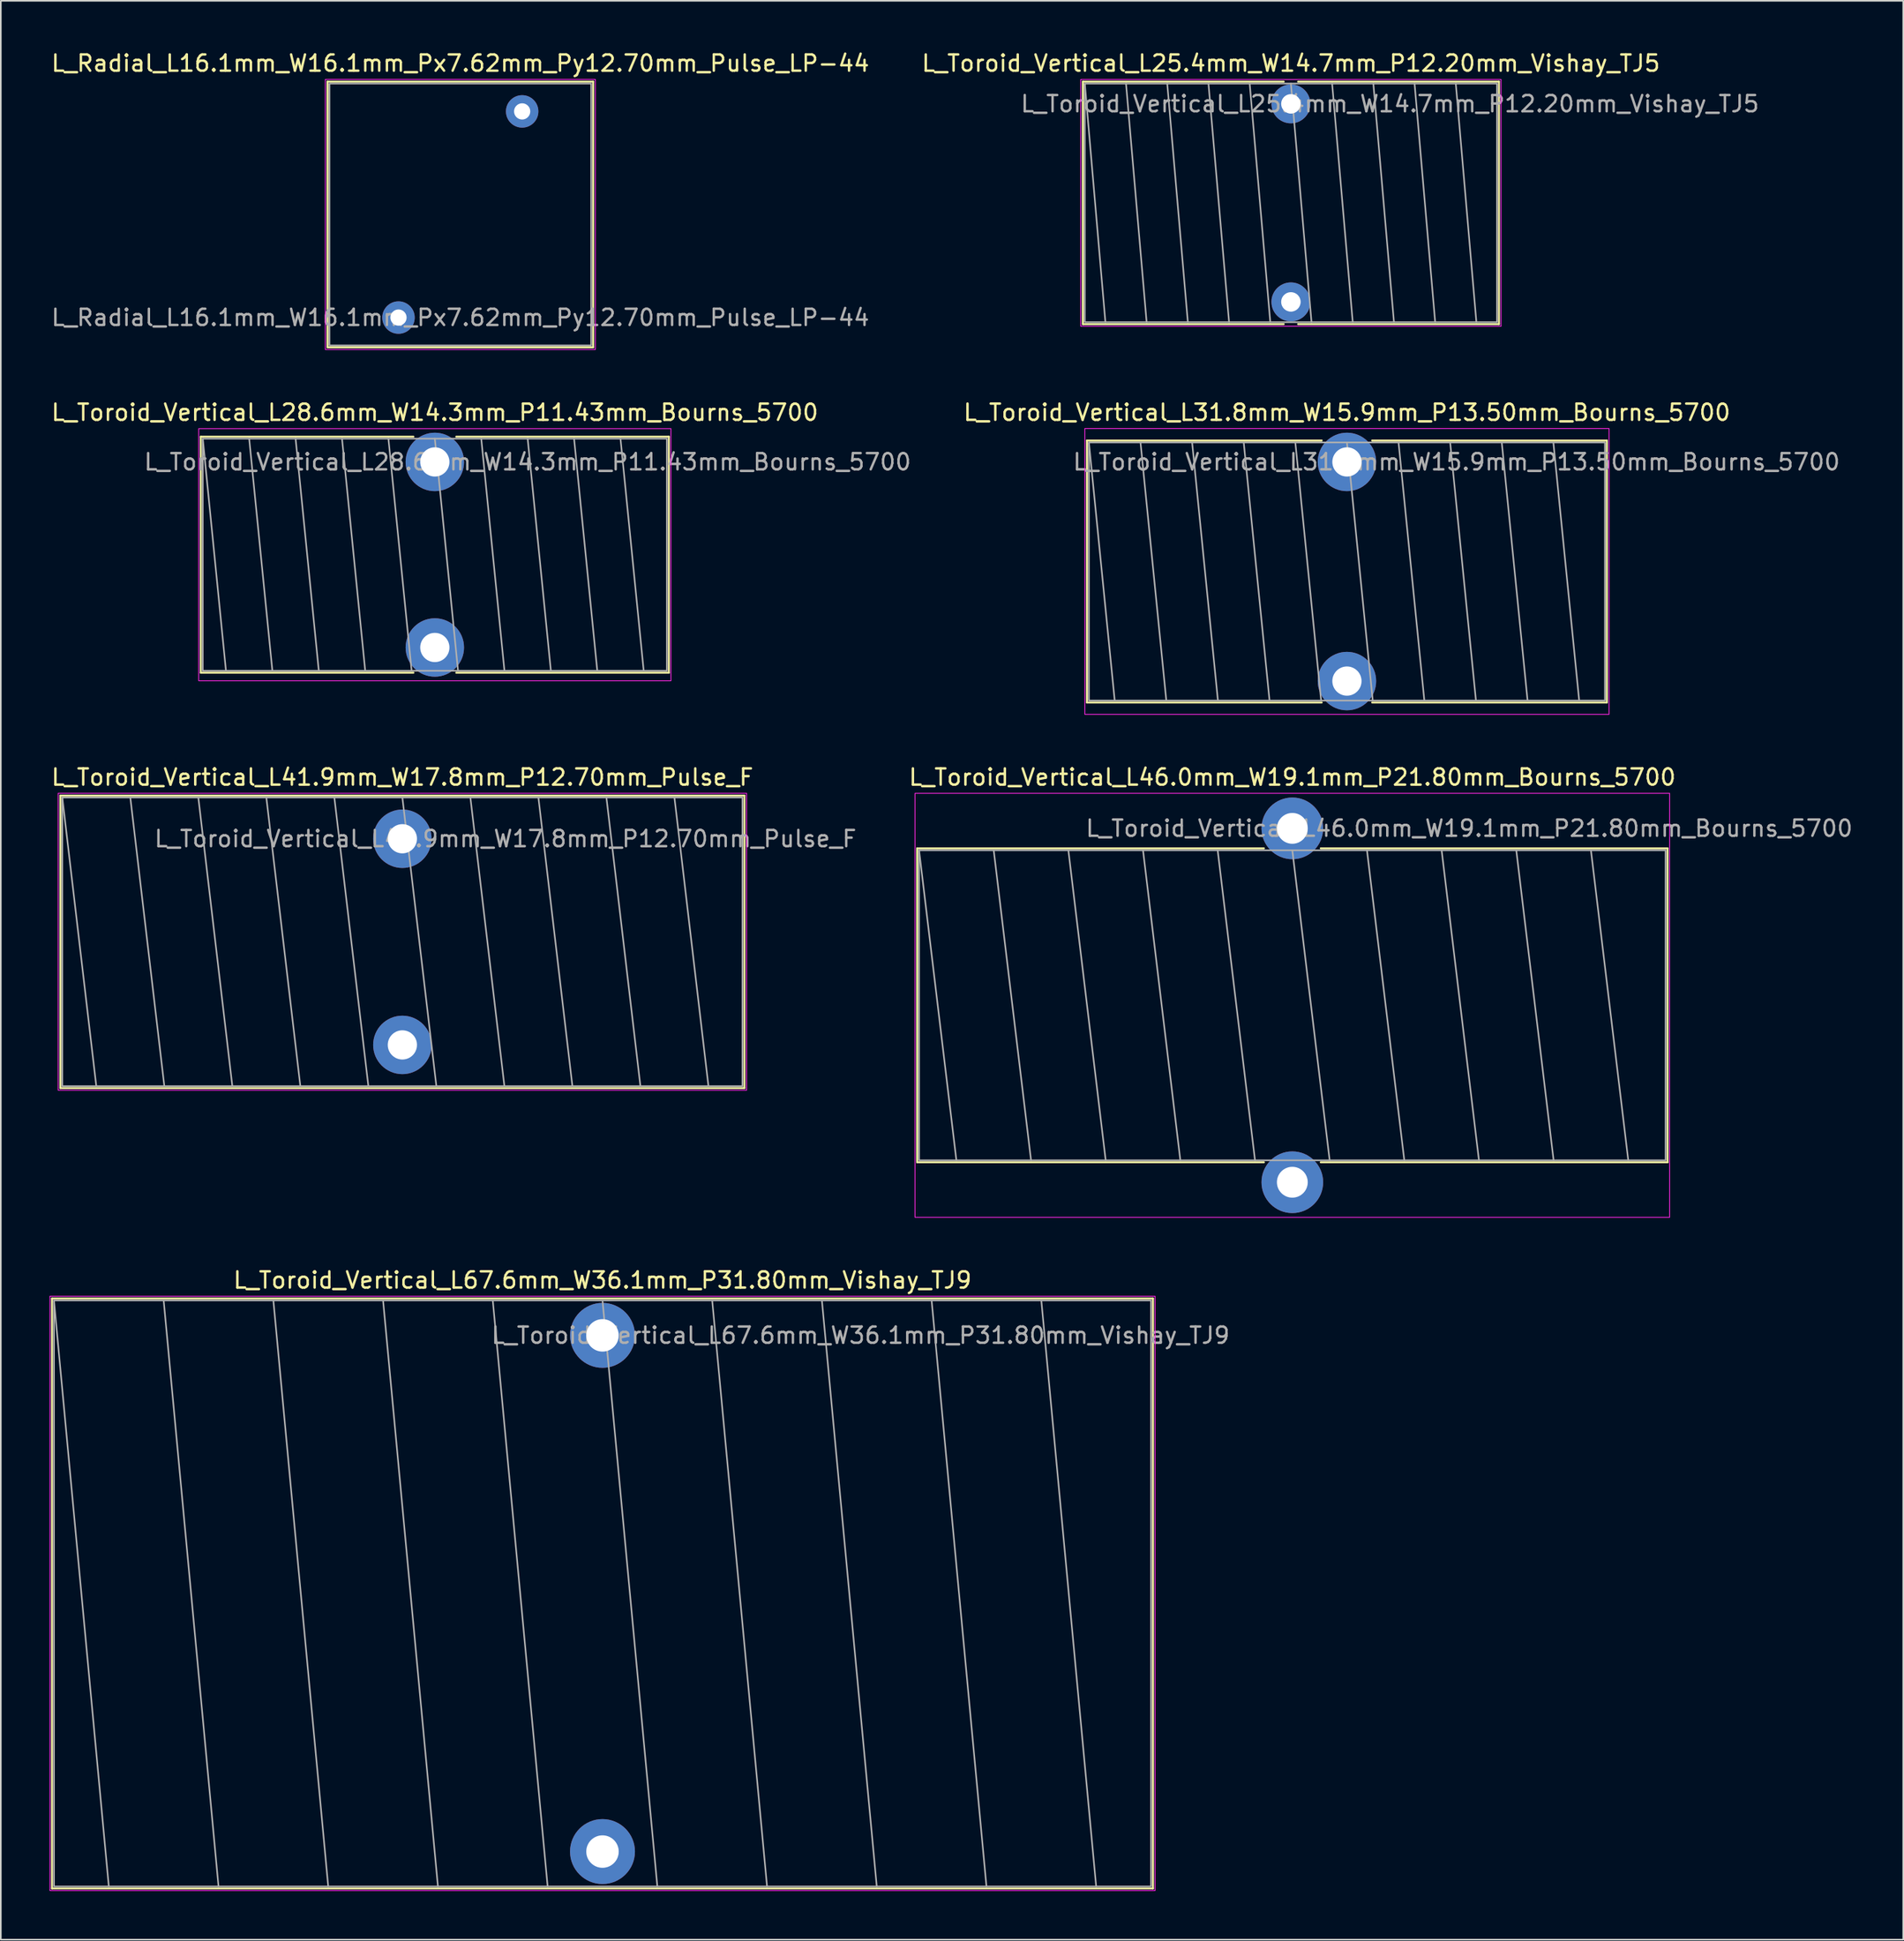
<source format=kicad_pcb>
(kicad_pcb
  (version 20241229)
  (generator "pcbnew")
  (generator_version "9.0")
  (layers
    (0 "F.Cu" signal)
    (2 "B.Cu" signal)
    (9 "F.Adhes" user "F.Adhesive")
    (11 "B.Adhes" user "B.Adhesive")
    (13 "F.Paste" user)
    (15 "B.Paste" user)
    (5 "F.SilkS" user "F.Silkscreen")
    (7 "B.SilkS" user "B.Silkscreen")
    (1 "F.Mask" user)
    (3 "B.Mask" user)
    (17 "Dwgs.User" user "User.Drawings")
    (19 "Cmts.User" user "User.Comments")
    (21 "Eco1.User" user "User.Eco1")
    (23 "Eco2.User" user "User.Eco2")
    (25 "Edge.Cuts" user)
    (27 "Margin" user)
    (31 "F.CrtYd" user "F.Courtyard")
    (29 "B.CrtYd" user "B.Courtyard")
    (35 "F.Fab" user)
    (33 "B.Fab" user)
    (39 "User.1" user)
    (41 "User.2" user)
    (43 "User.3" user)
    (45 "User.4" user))
  (footprint "L_Toroid_Vertical_L28.6mm_W14.3mm_P11.43mm_Bourns_5700"
    (layer "F.Cu")
    (at 23.744 25.407)
    (property "Reference" "L_Toroid_Vertical_L28.6mm_W14.3mm_P11.43mm_Bourns_5700" (at 0 -3.05 0) (layer "F.SilkS") (effects (font (size 1 1) (thickness 0.15))))
    (attr through_hole)
    (fp_line (start -14.42 -1.555) (end -14.42 12.985) (stroke (width 0.12) (type solid)) (layer "F.SilkS"))
    (fp_line (start -14.42 -1.555) (end -1.32 -1.555) (stroke (width 0.12) (type solid)) (layer "F.SilkS"))
    (fp_line (start -14.42 12.985) (end -1.32 12.985) (stroke (width 0.12) (type solid)) (layer "F.SilkS"))
    (fp_line (start 1.32 -1.555) (end 14.42 -1.555) (stroke (width 0.12) (type solid)) (layer "F.SilkS"))
    (fp_line (start 1.32 12.985) (end 14.42 12.985) (stroke (width 0.12) (type solid)) (layer "F.SilkS"))
    (fp_line (start 14.42 -1.555) (end 14.42 12.985) (stroke (width 0.12) (type solid)) (layer "F.SilkS"))
    (fp_rect (start -14.55 -2.05) (end 14.55 13.48) (stroke (width 0.05) (type solid)) (fill no) (layer "F.CrtYd"))
    (fp_line (start -14.3 -1.435) (end -12.87 12.865) (stroke (width 0.1) (type solid)) (layer "F.Fab"))
    (fp_line (start -11.44 -1.435) (end -10.01 12.865) (stroke (width 0.1) (type solid)) (layer "F.Fab"))
    (fp_line (start -8.58 -1.435) (end -7.15 12.865) (stroke (width 0.1) (type solid)) (layer "F.Fab"))
    (fp_line (start -5.72 -1.435) (end -4.29 12.865) (stroke (width 0.1) (type solid)) (layer "F.Fab"))
    (fp_line (start -2.86 -1.435) (end -1.43 12.865) (stroke (width 0.1) (type solid)) (layer "F.Fab"))
    (fp_line (start 0 -1.435) (end 1.43 12.865) (stroke (width 0.1) (type solid)) (layer "F.Fab"))
    (fp_line (start 2.86 -1.435) (end 4.29 12.865) (stroke (width 0.1) (type solid)) (layer "F.Fab"))
    (fp_line (start 5.72 -1.435) (end 7.15 12.865) (stroke (width 0.1) (type solid)) (layer "F.Fab"))
    (fp_line (start 8.58 -1.435) (end 10.01 12.865) (stroke (width 0.1) (type solid)) (layer "F.Fab"))
    (fp_line (start 11.44 -1.435) (end 12.87 12.865) (stroke (width 0.1) (type solid)) (layer "F.Fab"))
    (fp_rect (start -14.3 -1.435) (end 14.3 12.865) (stroke (width 0.1) (type solid)) (fill no) (layer "F.Fab"))
    (fp_text user "${REFERENCE}" (at 5.715 0 0) (layer "F.Fab") (effects (font (size 1 1) (thickness 0.15))))
    (pad "1" thru_hole circle (at 0 0) (size 3.6 3.6) (drill 1.8) (layers "*.Cu" "*.Mask"))
    (pad "2" thru_hole circle (at 0 11.43) (size 3.6 3.6) (drill 1.8) (layers "*.Cu" "*.Mask")))
  (footprint "L_Toroid_Vertical_L67.6mm_W36.1mm_P31.80mm_Vishay_TJ9"
    (layer "F.Cu")
    (at 34.075 79.213)
    (property "Reference" "L_Toroid_Vertical_L67.6mm_W36.1mm_P31.80mm_Vishay_TJ9" (at 0 -3.4 0) (layer "F.SilkS") (effects (font (size 1 1) (thickness 0.15))))
    (attr through_hole)
    (fp_line (start -33.92 -2.27) (end -33.92 34.07) (stroke (width 0.12) (type solid)) (layer "F.SilkS"))
    (fp_line (start -33.92 -2.27) (end 33.92 -2.27) (stroke (width 0.12) (type solid)) (layer "F.SilkS"))
    (fp_line (start -33.92 34.07) (end 33.92 34.07) (stroke (width 0.12) (type solid)) (layer "F.SilkS"))
    (fp_line (start 33.92 -2.27) (end 33.92 34.07) (stroke (width 0.12) (type solid)) (layer "F.SilkS"))
    (fp_rect (start -34.05 -2.41) (end 34.05 34.2) (stroke (width 0.05) (type solid)) (fill no) (layer "F.CrtYd"))
    (fp_line (start -33.8 -2.15) (end -30.42 33.95) (stroke (width 0.1) (type solid)) (layer "F.Fab"))
    (fp_line (start -27.04 -2.15) (end -23.66 33.95) (stroke (width 0.1) (type solid)) (layer "F.Fab"))
    (fp_line (start -20.28 -2.15) (end -16.9 33.95) (stroke (width 0.1) (type solid)) (layer "F.Fab"))
    (fp_line (start -13.52 -2.15) (end -10.14 33.95) (stroke (width 0.1) (type solid)) (layer "F.Fab"))
    (fp_line (start -6.76 -2.15) (end -3.38 33.95) (stroke (width 0.1) (type solid)) (layer "F.Fab"))
    (fp_line (start 0 -2.15) (end 3.38 33.95) (stroke (width 0.1) (type solid)) (layer "F.Fab"))
    (fp_line (start 6.76 -2.15) (end 10.14 33.95) (stroke (width 0.1) (type solid)) (layer "F.Fab"))
    (fp_line (start 13.52 -2.15) (end 16.9 33.95) (stroke (width 0.1) (type solid)) (layer "F.Fab"))
    (fp_line (start 20.28 -2.15) (end 23.66 33.95) (stroke (width 0.1) (type solid)) (layer "F.Fab"))
    (fp_line (start 27.04 -2.15) (end 30.42 33.95) (stroke (width 0.1) (type solid)) (layer "F.Fab"))
    (fp_rect (start -33.8 -2.15) (end 33.8 33.95) (stroke (width 0.1) (type solid)) (fill no) (layer "F.Fab"))
    (fp_text user "${REFERENCE}" (at 15.9 0 0) (layer "F.Fab") (effects (font (size 1 1) (thickness 0.15))))
    (pad "1" thru_hole circle (at 0 0) (size 4 4) (drill 2) (layers "*.Cu" "*.Mask"))
    (pad "2" thru_hole circle (at 0 31.8) (size 4 4) (drill 2) (layers "*.Cu" "*.Mask")))
  (footprint "L_Toroid_Vertical_L46.0mm_W19.1mm_P21.80mm_Bourns_5700"
    (layer "F.Cu")
    (at 76.582 47.98)
    (property "Reference" "L_Toroid_Vertical_L46.0mm_W19.1mm_P21.80mm_Bourns_5700" (at 0 -3.15 0) (layer "F.SilkS") (effects (font (size 1 1) (thickness 0.15))))
    (attr through_hole)
    (fp_line (start -23.12 1.23) (end -23.12 20.57) (stroke (width 0.12) (type solid)) (layer "F.SilkS"))
    (fp_line (start -23.12 1.23) (end -1.751 1.23) (stroke (width 0.12) (type solid)) (layer "F.SilkS"))
    (fp_line (start -23.12 20.57) (end -1.751 20.57) (stroke (width 0.12) (type solid)) (layer "F.SilkS"))
    (fp_line (start 1.751 1.23) (end 23.12 1.23) (stroke (width 0.12) (type solid)) (layer "F.SilkS"))
    (fp_line (start 1.751 20.57) (end 23.12 20.57) (stroke (width 0.12) (type solid)) (layer "F.SilkS"))
    (fp_line (start 23.12 1.23) (end 23.12 20.57) (stroke (width 0.12) (type solid)) (layer "F.SilkS"))
    (fp_rect (start -23.25 -2.16) (end 23.25 23.96) (stroke (width 0.05) (type solid)) (fill no) (layer "F.CrtYd"))
    (fp_line (start -23 1.35) (end -20.7 20.45) (stroke (width 0.1) (type solid)) (layer "F.Fab"))
    (fp_line (start -18.4 1.35) (end -16.1 20.45) (stroke (width 0.1) (type solid)) (layer "F.Fab"))
    (fp_line (start -13.8 1.35) (end -11.5 20.45) (stroke (width 0.1) (type solid)) (layer "F.Fab"))
    (fp_line (start -9.2 1.35) (end -6.9 20.45) (stroke (width 0.1) (type solid)) (layer "F.Fab"))
    (fp_line (start -4.6 1.35) (end -2.3 20.45) (stroke (width 0.1) (type solid)) (layer "F.Fab"))
    (fp_line (start 0 1.35) (end 2.3 20.45) (stroke (width 0.1) (type solid)) (layer "F.Fab"))
    (fp_line (start 4.6 1.35) (end 6.9 20.45) (stroke (width 0.1) (type solid)) (layer "F.Fab"))
    (fp_line (start 9.2 1.35) (end 11.5 20.45) (stroke (width 0.1) (type solid)) (layer "F.Fab"))
    (fp_line (start 13.8 1.35) (end 16.1 20.45) (stroke (width 0.1) (type solid)) (layer "F.Fab"))
    (fp_line (start 18.4 1.35) (end 20.7 20.45) (stroke (width 0.1) (type solid)) (layer "F.Fab"))
    (fp_rect (start -23 1.35) (end 23 20.45) (stroke (width 0.1) (type solid)) (fill no) (layer "F.Fab"))
    (fp_text user "${REFERENCE}" (at 10.9 0 0) (layer "F.Fab") (effects (font (size 1 1) (thickness 0.15))))
    (pad "1" thru_hole circle (at 0 0) (size 3.8 3.8) (drill 1.9) (layers "*.Cu" "*.Mask"))
    (pad "2" thru_hole circle (at 0 21.8) (size 3.8 3.8) (drill 1.9) (layers "*.Cu" "*.Mask")))
  (footprint "L_Toroid_Vertical_L41.9mm_W17.8mm_P12.70mm_Pulse_F"
    (layer "F.Cu")
    (at 21.744 48.62)
    (property "Reference" "L_Toroid_Vertical_L41.9mm_W17.8mm_P12.70mm_Pulse_F" (at 0 -3.79 0) (layer "F.SilkS") (effects (font (size 1 1) (thickness 0.15))))
    (attr through_hole)
    (fp_line (start -21.075 -2.66) (end -21.075 15.36) (stroke (width 0.12) (type solid)) (layer "F.SilkS"))
    (fp_line (start -21.075 -2.66) (end 21.075 -2.66) (stroke (width 0.12) (type solid)) (layer "F.SilkS"))
    (fp_line (start -21.075 15.36) (end 21.075 15.36) (stroke (width 0.12) (type solid)) (layer "F.SilkS"))
    (fp_line (start 21.075 -2.66) (end 21.075 15.36) (stroke (width 0.12) (type solid)) (layer "F.SilkS"))
    (fp_rect (start -21.21 -2.8) (end 21.21 15.49) (stroke (width 0.05) (type solid)) (fill no) (layer "F.CrtYd"))
    (fp_line (start -20.955 -2.54) (end -18.86 15.24) (stroke (width 0.1) (type solid)) (layer "F.Fab"))
    (fp_line (start -16.764 -2.54) (end -14.668 15.24) (stroke (width 0.1) (type solid)) (layer "F.Fab"))
    (fp_line (start -12.573 -2.54) (end -10.477 15.24) (stroke (width 0.1) (type solid)) (layer "F.Fab"))
    (fp_line (start -8.382 -2.54) (end -6.287 15.24) (stroke (width 0.1) (type solid)) (layer "F.Fab"))
    (fp_line (start -4.191 -2.54) (end -2.095 15.24) (stroke (width 0.1) (type solid)) (layer "F.Fab"))
    (fp_line (start 0 -2.54) (end 2.095 15.24) (stroke (width 0.1) (type solid)) (layer "F.Fab"))
    (fp_line (start 4.191 -2.54) (end 6.287 15.24) (stroke (width 0.1) (type solid)) (layer "F.Fab"))
    (fp_line (start 8.382 -2.54) (end 10.477 15.24) (stroke (width 0.1) (type solid)) (layer "F.Fab"))
    (fp_line (start 12.573 -2.54) (end 14.668 15.24) (stroke (width 0.1) (type solid)) (layer "F.Fab"))
    (fp_line (start 16.764 -2.54) (end 18.86 15.24) (stroke (width 0.1) (type solid)) (layer "F.Fab"))
    (fp_rect (start -20.955 -2.54) (end 20.955 15.24) (stroke (width 0.1) (type solid)) (fill no) (layer "F.Fab"))
    (fp_text user "${REFERENCE}" (at 6.35 0 0) (layer "F.Fab") (effects (font (size 1 1) (thickness 0.15))))
    (pad "1" thru_hole circle (at 0 0) (size 3.6 3.6) (drill 1.8) (layers "*.Cu" "*.Mask"))
    (pad "2" thru_hole circle (at 0 12.7) (size 3.6 3.6) (drill 1.8) (layers "*.Cu" "*.Mask")))
  (footprint "L_Toroid_Vertical_L31.8mm_W15.9mm_P13.50mm_Bourns_5700"
    (layer "F.Cu")
    (at 79.947 25.407)
    (property "Reference" "L_Toroid_Vertical_L31.8mm_W15.9mm_P13.50mm_Bourns_5700" (at 0 -3.05 0) (layer "F.SilkS") (effects (font (size 1 1) (thickness 0.15))))
    (attr through_hole)
    (fp_line (start -16.02 -1.32) (end -16.02 14.82) (stroke (width 0.12) (type solid)) (layer "F.SilkS"))
    (fp_line (start -16.02 -1.32) (end -1.555 -1.32) (stroke (width 0.12) (type solid)) (layer "F.SilkS"))
    (fp_line (start -16.02 14.82) (end -1.555 14.82) (stroke (width 0.12) (type solid)) (layer "F.SilkS"))
    (fp_line (start 1.555 -1.32) (end 16.02 -1.32) (stroke (width 0.12) (type solid)) (layer "F.SilkS"))
    (fp_line (start 1.555 14.82) (end 16.02 14.82) (stroke (width 0.12) (type solid)) (layer "F.SilkS"))
    (fp_line (start 16.02 -1.32) (end 16.02 14.82) (stroke (width 0.12) (type solid)) (layer "F.SilkS"))
    (fp_rect (start -16.15 -2.06) (end 16.15 15.55) (stroke (width 0.05) (type solid)) (fill no) (layer "F.CrtYd"))
    (fp_line (start -15.9 -1.2) (end -14.31 14.7) (stroke (width 0.1) (type solid)) (layer "F.Fab"))
    (fp_line (start -12.72 -1.2) (end -11.13 14.7) (stroke (width 0.1) (type solid)) (layer "F.Fab"))
    (fp_line (start -9.54 -1.2) (end -7.95 14.7) (stroke (width 0.1) (type solid)) (layer "F.Fab"))
    (fp_line (start -6.36 -1.2) (end -4.77 14.7) (stroke (width 0.1) (type solid)) (layer "F.Fab"))
    (fp_line (start -3.18 -1.2) (end -1.59 14.7) (stroke (width 0.1) (type solid)) (layer "F.Fab"))
    (fp_line (start 0 -1.2) (end 1.59 14.7) (stroke (width 0.1) (type solid)) (layer "F.Fab"))
    (fp_line (start 3.18 -1.2) (end 4.77 14.7) (stroke (width 0.1) (type solid)) (layer "F.Fab"))
    (fp_line (start 6.36 -1.2) (end 7.95 14.7) (stroke (width 0.1) (type solid)) (layer "F.Fab"))
    (fp_line (start 9.54 -1.2) (end 11.13 14.7) (stroke (width 0.1) (type solid)) (layer "F.Fab"))
    (fp_line (start 12.72 -1.2) (end 14.31 14.7) (stroke (width 0.1) (type solid)) (layer "F.Fab"))
    (fp_rect (start -15.9 -1.2) (end 15.9 14.7) (stroke (width 0.1) (type solid)) (fill no) (layer "F.Fab"))
    (fp_text user "${REFERENCE}" (at 6.75 0 0) (layer "F.Fab") (effects (font (size 1 1) (thickness 0.15))))
    (pad "1" thru_hole circle (at 0 0) (size 3.6 3.6) (drill 1.8) (layers "*.Cu" "*.Mask"))
    (pad "2" thru_hole circle (at 0 13.5) (size 3.6 3.6) (drill 1.8) (layers "*.Cu" "*.Mask")))
  (footprint "L_Radial_L16.1mm_W16.1mm_Px7.62mm_Py12.70mm_Pulse_LP-44"
    (layer "F.Cu")
    (at 21.505 16.513)
    (property "Reference" "L_Radial_L16.1mm_W16.1mm_Px7.62mm_Py12.70mm_Pulse_LP-44" (at 3.81 -15.665 0) (layer "F.SilkS") (effects (font (size 1 1) (thickness 0.15))))
    (attr through_hole)
    (fp_line (start -4.375 -14.535) (end -4.375 1.835) (stroke (width 0.12) (type solid)) (layer "F.SilkS"))
    (fp_line (start -4.375 -14.535) (end 11.995 -14.535) (stroke (width 0.12) (type solid)) (layer "F.SilkS"))
    (fp_line (start -4.375 1.835) (end 11.995 1.835) (stroke (width 0.12) (type solid)) (layer "F.SilkS"))
    (fp_line (start 11.995 -14.535) (end 11.995 1.835) (stroke (width 0.12) (type solid)) (layer "F.SilkS"))
    (fp_rect (start -4.51 -14.67) (end 12.13 1.97) (stroke (width 0.05) (type solid)) (fill no) (layer "F.CrtYd"))
    (fp_rect (start -4.255 -14.415) (end 11.875 1.715) (stroke (width 0.1) (type solid)) (fill no) (layer "F.Fab"))
    (fp_text user "${REFERENCE}" (at 3.81 0 0) (layer "F.Fab") (effects (font (size 1 1) (thickness 0.15))))
    (pad "1" thru_hole circle (at 0 0) (size 2 2) (drill 1) (layers "*.Cu" "*.Mask"))
    (pad "2" thru_hole circle (at 7.62 -12.7) (size 2 2) (drill 1) (layers "*.Cu" "*.Mask")))
  (footprint "L_Toroid_Vertical_L25.4mm_W14.7mm_P12.20mm_Vishay_TJ5"
    (layer "F.Cu")
    (at 76.494 3.348)
    (property "Reference" "L_Toroid_Vertical_L25.4mm_W14.7mm_P12.20mm_Vishay_TJ5" (at 0 -2.5 0) (layer "F.SilkS") (effects (font (size 1 1) (thickness 0.15))))
    (attr through_hole)
    (fp_line (start -12.82 -1.37) (end -12.82 13.57) (stroke (width 0.12) (type solid)) (layer "F.SilkS"))
    (fp_line (start -12.82 -1.37) (end -0.444 -1.37) (stroke (width 0.12) (type solid)) (layer "F.SilkS"))
    (fp_line (start -12.82 13.57) (end -0.444 13.57) (stroke (width 0.12) (type solid)) (layer "F.SilkS"))
    (fp_line (start 0.444 -1.37) (end 12.82 -1.37) (stroke (width 0.12) (type solid)) (layer "F.SilkS"))
    (fp_line (start 0.444 13.57) (end 12.82 13.57) (stroke (width 0.12) (type solid)) (layer "F.SilkS"))
    (fp_line (start 12.82 -1.37) (end 12.82 13.57) (stroke (width 0.12) (type solid)) (layer "F.SilkS"))
    (fp_rect (start -12.95 -1.5) (end 12.95 13.7) (stroke (width 0.05) (type solid)) (fill no) (layer "F.CrtYd"))
    (fp_line (start -12.7 -1.25) (end -11.43 13.45) (stroke (width 0.1) (type solid)) (layer "F.Fab"))
    (fp_line (start -10.16 -1.25) (end -8.89 13.45) (stroke (width 0.1) (type solid)) (layer "F.Fab"))
    (fp_line (start -7.62 -1.25) (end -6.35 13.45) (stroke (width 0.1) (type solid)) (layer "F.Fab"))
    (fp_line (start -5.08 -1.25) (end -3.81 13.45) (stroke (width 0.1) (type solid)) (layer "F.Fab"))
    (fp_line (start -2.54 -1.25) (end -1.27 13.45) (stroke (width 0.1) (type solid)) (layer "F.Fab"))
    (fp_line (start 0 -1.25) (end 1.27 13.45) (stroke (width 0.1) (type solid)) (layer "F.Fab"))
    (fp_line (start 2.54 -1.25) (end 3.81 13.45) (stroke (width 0.1) (type solid)) (layer "F.Fab"))
    (fp_line (start 5.08 -1.25) (end 6.35 13.45) (stroke (width 0.1) (type solid)) (layer "F.Fab"))
    (fp_line (start 7.62 -1.25) (end 8.89 13.45) (stroke (width 0.1) (type solid)) (layer "F.Fab"))
    (fp_line (start 10.16 -1.25) (end 11.43 13.45) (stroke (width 0.1) (type solid)) (layer "F.Fab"))
    (fp_rect (start -12.7 -1.25) (end 12.7 13.45) (stroke (width 0.1) (type solid)) (fill no) (layer "F.Fab"))
    (fp_text user "${REFERENCE}" (at 6.1 0 0) (layer "F.Fab") (effects (font (size 1 1) (thickness 0.15))))
    (pad "1" thru_hole circle (at 0 0) (size 2.4 2.4) (drill 1.2) (layers "*.Cu" "*.Mask"))
    (pad "2" thru_hole circle (at 0 12.2) (size 2.4 2.4) (drill 1.2) (layers "*.Cu" "*.Mask")))
  (gr_rect
    (start -3 -3)
    (end 114.226 116.438)
    (stroke (width 0.1) (type default))
    (fill no)
    (layer "Edge.Cuts")))
</source>
